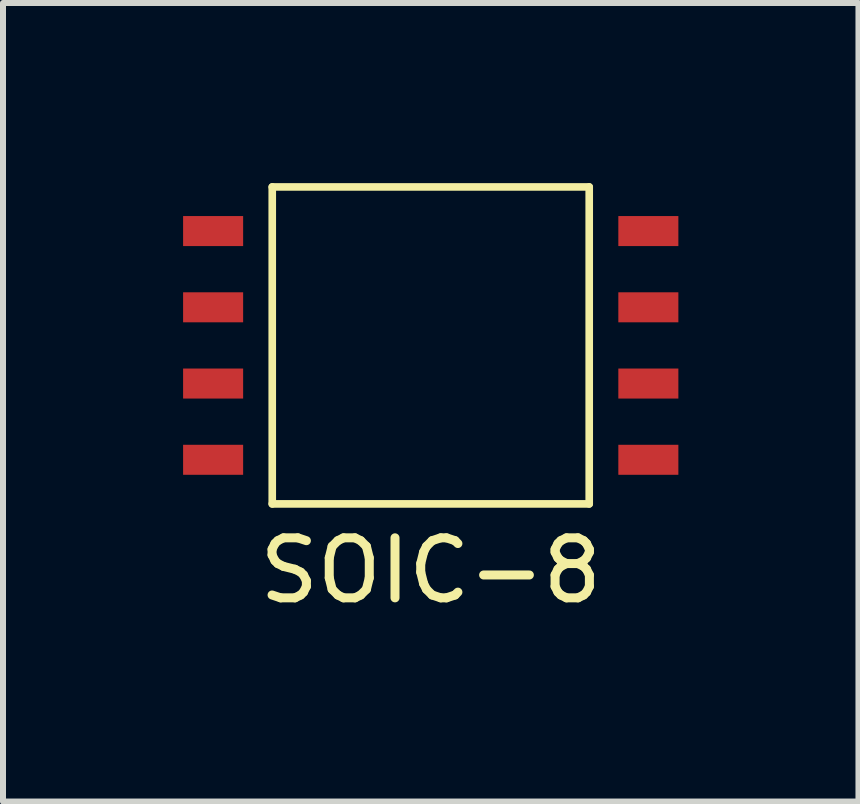
<source format=kicad_pcb>
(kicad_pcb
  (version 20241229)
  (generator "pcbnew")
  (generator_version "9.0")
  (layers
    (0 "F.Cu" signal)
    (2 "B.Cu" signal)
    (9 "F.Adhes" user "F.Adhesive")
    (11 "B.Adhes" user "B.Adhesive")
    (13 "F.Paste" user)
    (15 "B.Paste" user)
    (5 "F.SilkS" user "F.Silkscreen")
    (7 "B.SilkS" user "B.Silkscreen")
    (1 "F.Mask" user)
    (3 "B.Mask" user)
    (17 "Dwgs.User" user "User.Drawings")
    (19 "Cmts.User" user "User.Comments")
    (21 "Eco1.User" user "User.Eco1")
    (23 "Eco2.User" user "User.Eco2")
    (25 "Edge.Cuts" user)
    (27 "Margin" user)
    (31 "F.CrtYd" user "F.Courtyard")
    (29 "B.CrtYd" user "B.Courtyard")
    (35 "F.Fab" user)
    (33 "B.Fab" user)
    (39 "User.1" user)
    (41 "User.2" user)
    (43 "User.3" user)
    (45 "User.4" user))
  (footprint "SOIC-8"
    (layer "F.Cu")
    (at 4.125 2.704)
    (property "Reference" "SOIC-8" (at 0 3.75 0) (layer "F.SilkS") (effects (font (size 1 1) (thickness 0.15))))
    (attr through_hole)
    (fp_line (start -2.64 -2.64) (end 2.64 -2.64) (stroke (width 0.127) (type solid)) (layer "F.SilkS"))
    (fp_line (start -2.64 2.64) (end -2.64 -2.64) (stroke (width 0.127) (type solid)) (layer "F.SilkS"))
    (fp_line (start 2.64 -2.64) (end 2.64 2.64) (stroke (width 0.127) (type solid)) (layer "F.SilkS"))
    (fp_line (start 2.64 2.64) (end -2.64 2.64) (stroke (width 0.127) (type solid)) (layer "F.SilkS"))
    (pad "1" smd rect (at -3.625 -1.905) (size 1 0.5) (layers "F.Cu" "F.Mask" "F.Paste"))
    (pad "2" smd rect (at -3.625 -0.635) (size 1 0.5) (layers "F.Cu" "F.Mask" "F.Paste"))
    (pad "3" smd rect (at -3.625 0.635) (size 1 0.5) (layers "F.Cu" "F.Mask" "F.Paste"))
    (pad "4" smd rect (at -3.625 1.905) (size 1 0.5) (layers "F.Cu" "F.Mask" "F.Paste"))
    (pad "5" smd rect (at 3.625 1.905) (size 1 0.5) (layers "F.Cu" "F.Mask" "F.Paste"))
    (pad "6" smd rect (at 3.625 0.635) (size 1 0.5) (layers "F.Cu" "F.Mask" "F.Paste"))
    (pad "7" smd rect (at 3.625 -0.635) (size 1 0.5) (layers "F.Cu" "F.Mask" "F.Paste"))
    (pad "8" smd rect (at 3.625 -1.905) (size 1 0.5) (layers "F.Cu" "F.Mask" "F.Paste")))
  (gr_rect
    (start -3 -3)
    (end 11.25 10.302)
    (stroke (width 0.1) (type default))
    (fill no)
    (layer "Edge.Cuts")))
</source>
